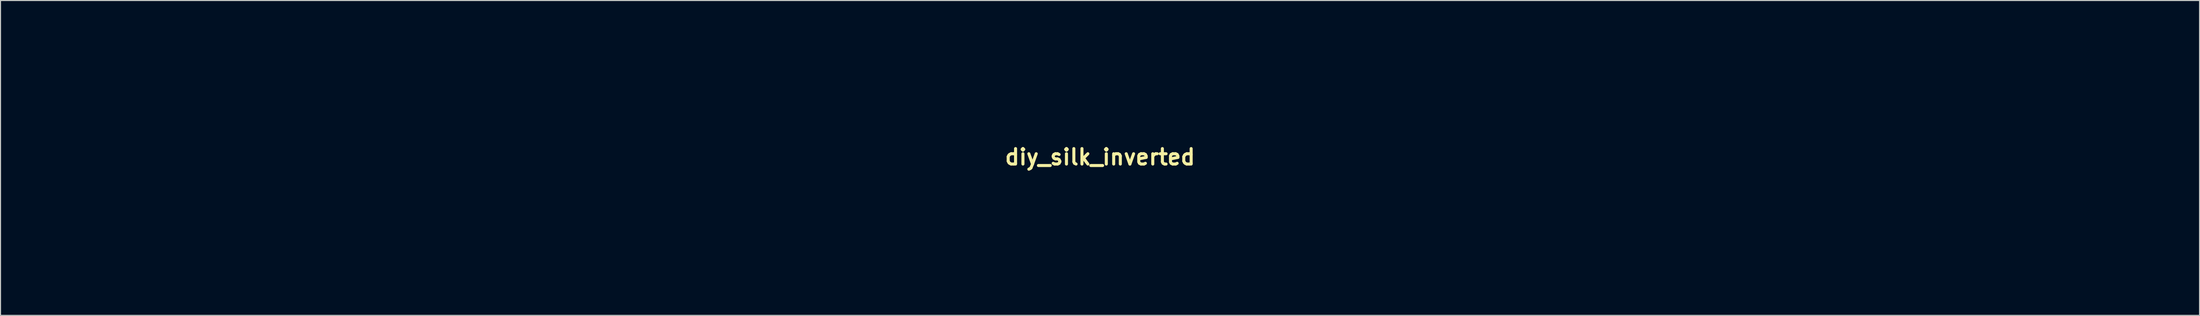
<source format=kicad_pcb>
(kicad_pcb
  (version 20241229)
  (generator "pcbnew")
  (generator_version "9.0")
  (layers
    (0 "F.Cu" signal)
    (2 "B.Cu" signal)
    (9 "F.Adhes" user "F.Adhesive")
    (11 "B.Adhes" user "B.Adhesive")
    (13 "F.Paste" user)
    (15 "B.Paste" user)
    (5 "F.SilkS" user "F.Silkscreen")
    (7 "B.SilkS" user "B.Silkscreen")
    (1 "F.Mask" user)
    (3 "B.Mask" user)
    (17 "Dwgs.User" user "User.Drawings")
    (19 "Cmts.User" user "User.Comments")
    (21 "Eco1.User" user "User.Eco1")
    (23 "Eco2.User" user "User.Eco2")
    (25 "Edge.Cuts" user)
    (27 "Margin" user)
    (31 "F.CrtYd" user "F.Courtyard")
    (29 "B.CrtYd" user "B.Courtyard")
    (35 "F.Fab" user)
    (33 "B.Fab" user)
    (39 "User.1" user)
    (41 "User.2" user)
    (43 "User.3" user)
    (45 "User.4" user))
  (footprint "diy_silk_inverted"
    (layer "F.Cu")
    (at 105.157 12.439)
    (property "Reference" "diy_silk_inverted" (at 0 0 0) (layer "F.SilkS") (effects (font (size 1.524 1.524) (thickness 0.3))))
    (attr through_hole)
    (fp_poly (pts (xy -65.72 1.865) (xy -65.809 1.954) (xy -65.898 1.865) (xy -65.809 1.776) (xy -65.72 1.865)) (stroke (width 0.01) (type solid)) (fill yes) (layer "F.Mask"))
    (fp_poly (pts (xy -65.365 0.266) (xy -65.454 0.355) (xy -65.543 0.266) (xy -65.454 0.178) (xy -65.365 0.266)) (stroke (width 0.01) (type solid)) (fill yes) (layer "F.Mask"))
    (fp_poly (pts (xy -65.01 -1.332) (xy -65.099 -1.243) (xy -65.187 -1.332) (xy -65.099 -1.421) (xy -65.01 -1.332)) (stroke (width 0.01) (type solid)) (fill yes) (layer "F.Mask"))
    (fp_poly (pts (xy -60.569 5.24) (xy -60.658 5.329) (xy -60.747 5.24) (xy -60.658 5.151) (xy -60.569 5.24)) (stroke (width 0.01) (type solid)) (fill yes) (layer "F.Mask"))
    (fp_poly (pts (xy -60.214 3.641) (xy -60.303 3.73) (xy -60.392 3.641) (xy -60.303 3.552) (xy -60.214 3.641)) (stroke (width 0.01) (type solid)) (fill yes) (layer "F.Mask"))
    (fp_poly (pts (xy -59.859 2.043) (xy -59.948 2.131) (xy -60.036 2.043) (xy -59.948 1.954) (xy -59.859 2.043)) (stroke (width 0.01) (type solid)) (fill yes) (layer "F.Mask"))
    (fp_poly (pts (xy -6.039 5.062) (xy -6.128 5.151) (xy -6.217 5.062) (xy -6.128 4.973) (xy -6.039 5.062)) (stroke (width 0.01) (type solid)) (fill yes) (layer "F.Mask"))
    (fp_poly (pts (xy -5.684 3.464) (xy -5.773 3.552) (xy -5.862 3.464) (xy -5.773 3.375) (xy -5.684 3.464)) (stroke (width 0.01) (type solid)) (fill yes) (layer "F.Mask"))
    (fp_poly (pts (xy -5.506 2.753) (xy -5.595 2.842) (xy -5.684 2.753) (xy -5.595 2.664) (xy -5.506 2.753)) (stroke (width 0.01) (type solid)) (fill yes) (layer "F.Mask"))
    (fp_poly (pts (xy -4.618 -1.332) (xy -4.707 -1.243) (xy -4.796 -1.332) (xy -4.707 -1.421) (xy -4.618 -1.332)) (stroke (width 0.01) (type solid)) (fill yes) (layer "F.Mask"))
    (fp_poly (pts (xy -4.263 -2.931) (xy -4.352 -2.842) (xy -4.441 -2.931) (xy -4.352 -3.02) (xy -4.263 -2.931)) (stroke (width 0.01) (type solid)) (fill yes) (layer "F.Mask"))
    (fp_poly (pts (xy -4.085 -3.641) (xy -4.174 -3.552) (xy -4.263 -3.641) (xy -4.174 -3.73) (xy -4.085 -3.641)) (stroke (width 0.01) (type solid)) (fill yes) (layer "F.Mask"))
    (fp_poly (pts (xy 37.301 3.108) (xy 37.212 3.197) (xy 37.123 3.108) (xy 37.212 3.02) (xy 37.301 3.108)) (stroke (width 0.01) (type solid)) (fill yes) (layer "F.Mask"))
    (fp_poly (pts (xy -65.957 2.546) (xy -65.936 2.757) (xy -65.957 2.783) (xy -66.063 2.758) (xy -66.076 2.664) (xy -66.011 2.518) (xy -65.957 2.546)) (stroke (width 0.01) (type solid)) (fill yes) (layer "F.Mask"))
    (fp_poly (pts (xy -65.602 0.947) (xy -65.581 1.158) (xy -65.602 1.184) (xy -65.707 1.16) (xy -65.72 1.066) (xy -65.655 0.92) (xy -65.602 0.947)) (stroke (width 0.01) (type solid)) (fill yes) (layer "F.Mask"))
    (fp_poly (pts (xy -65.247 -0.651) (xy -65.225 -0.44) (xy -65.247 -0.414) (xy -65.352 -0.439) (xy -65.365 -0.533) (xy -65.3 -0.679) (xy -65.247 -0.651)) (stroke (width 0.01) (type solid)) (fill yes) (layer "F.Mask"))
    (fp_poly (pts (xy -5.921 4.145) (xy -5.899 4.355) (xy -5.921 4.381) (xy -6.026 4.357) (xy -6.039 4.263) (xy -5.974 4.117) (xy -5.921 4.145)) (stroke (width 0.01) (type solid)) (fill yes) (layer "F.Mask"))
    (fp_poly (pts (xy -4.5 -2.25) (xy -4.479 -2.039) (xy -4.5 -2.013) (xy -4.605 -2.037) (xy -4.618 -2.131) (xy -4.553 -2.278) (xy -4.5 -2.25)) (stroke (width 0.01) (type solid)) (fill yes) (layer "F.Mask"))
    (fp_poly (pts (xy -45.396 -3.394) (xy -45.426 -3.118) (xy -45.566 -2.784) (xy -45.886 -2.669) (xy -46.037 -2.664) (xy -46.405 -2.707) (xy -46.517 -2.89) (xy -46.505 -3.064) (xy -46.362 -3.371) (xy -45.988 -3.507) (xy -45.894 -3.518) (xy -45.516 -3.526) (xy -45.396 -3.394)) (stroke (width 0.01) (type solid)) (fill yes) (layer "F.Mask"))
    (fp_poly (pts (xy -46.269 0.656) (xy -46.505 1.675) (xy -46.769 2.825) (xy -47.012 3.895) (xy -47.065 4.13) (xy -47.246 4.916) (xy -47.384 5.419) (xy -47.511 5.702) (xy -47.662 5.828) (xy -47.869 5.861) (xy -47.968 5.862) (xy -48.326 5.825) (xy -48.421 5.643) (xy -48.382 5.373) (xy -48.311 5.039) (xy -48.177 4.429) (xy -47.996 3.611) (xy -47.784 2.655) (xy -47.627 1.954) (xy -46.972 -0.977) (xy -46.418 -1.031) (xy -45.863 -1.086) (xy -46.269 0.656)) (stroke (width 0.01) (type solid)) (fill yes) (layer "F.Mask"))
    (fp_poly (pts (xy 38.383 -0.904) (xy 38.452 -0.72) (xy 38.703 -0.379) (xy 38.908 -0.264) (xy 39.123 -0.179) (xy 39.223 -0.043) (xy 39.22 0.229) (xy 39.121 0.724) (xy 39.049 1.04) (xy 38.889 1.596) (xy 38.695 1.897) (xy 38.404 2.039) (xy 38.383 2.044) (xy 37.888 2.25) (xy 37.584 2.456) (xy 37.344 2.645) (xy 37.301 2.559) (xy 37.358 2.309) (xy 37.447 1.929) (xy 37.582 1.318) (xy 37.738 0.591) (xy 37.778 0.4) (xy 37.963 -0.407) (xy 38.118 -0.88) (xy 38.254 -1.039) (xy 38.383 -0.904)) (stroke (width 0.01) (type solid)) (fill yes) (layer "F.Mask"))
    (fp_poly (pts (xy -60.195 -3.888) (xy -60.036 -3.842) (xy -60.036 -3.842) (xy -60.074 -3.658) (xy -60.179 -3.173) (xy -60.343 -2.432) (xy -60.555 -1.479) (xy -60.805 -0.361) (xy -61.083 0.877) (xy -61.102 0.962) (xy -61.382 2.208) (xy -61.634 3.337) (xy -61.849 4.304) (xy -62.016 5.064) (xy -62.126 5.57) (xy -62.168 5.779) (xy -62.168 5.781) (xy -62.322 5.838) (xy -62.695 5.862) (xy -62.701 5.862) (xy -63.075 5.845) (xy -63.234 5.805) (xy -63.234 5.804) (xy -63.196 5.623) (xy -63.091 5.14) (xy -62.929 4.4) (xy -62.718 3.448) (xy -62.47 2.33) (xy -62.193 1.09) (xy -62.168 0.977) (xy -61.889 -0.272) (xy -61.638 -1.403) (xy -61.424 -2.371) (xy -61.256 -3.131) (xy -61.146 -3.638) (xy -61.102 -3.848) (xy -61.102 -3.85) (xy -60.947 -3.891) (xy -60.575 -3.908) (xy -60.569 -3.908) (xy -60.195 -3.888)) (stroke (width 0.01) (type solid)) (fill yes) (layer "F.Mask"))
    (fp_poly (pts (xy -28.575 -1.073) (xy -28.461 -0.906) (xy -28.489 -0.785) (xy -28.585 -0.461) (xy -28.597 -0.363) (xy -28.754 -0.252) (xy -29.148 -0.139) (xy -29.326 -0.106) (xy -30.097 0.167) (xy -30.555 0.51) (xy -30.762 0.734) (xy -30.931 0.978) (xy -31.08 1.301) (xy -31.23 1.758) (xy -31.4 2.408) (xy -31.61 3.308) (xy -31.794 4.13) (xy -31.973 4.916) (xy -32.109 5.42) (xy -32.236 5.702) (xy -32.386 5.828) (xy -32.593 5.861) (xy -32.693 5.862) (xy -33.05 5.825) (xy -33.146 5.643) (xy -33.107 5.373) (xy -33.035 5.039) (xy -32.901 4.429) (xy -32.721 3.611) (xy -32.508 2.655) (xy -32.352 1.954) (xy -31.697 -0.977) (xy -31.153 -1.03) (xy -30.788 -1.041) (xy -30.662 -0.904) (xy -30.689 -0.522) (xy -30.692 -0.498) (xy -30.774 0.089) (xy -30.352 -0.289) (xy -29.849 -0.666) (xy -29.339 -0.935) (xy -28.891 -1.077) (xy -28.575 -1.073)) (stroke (width 0.01) (type solid)) (fill yes) (layer "F.Mask"))
    (fp_poly (pts (xy 6.949 -1.073) (xy 7.063 -0.906) (xy 7.035 -0.785) (xy 6.94 -0.461) (xy 6.927 -0.363) (xy 6.77 -0.252) (xy 6.376 -0.139) (xy 6.198 -0.106) (xy 5.428 0.167) (xy 4.969 0.51) (xy 4.762 0.734) (xy 4.594 0.978) (xy 4.445 1.301) (xy 4.295 1.758) (xy 4.124 2.408) (xy 3.914 3.308) (xy 3.73 4.13) (xy 3.552 4.916) (xy 3.415 5.42) (xy 3.288 5.702) (xy 3.138 5.828) (xy 2.932 5.861) (xy 2.832 5.862) (xy 2.474 5.825) (xy 2.379 5.643) (xy 2.418 5.373) (xy 2.489 5.039) (xy 2.623 4.429) (xy 2.804 3.611) (xy 3.016 2.655) (xy 3.173 1.954) (xy 3.828 -0.977) (xy 4.371 -1.03) (xy 4.736 -1.041) (xy 4.863 -0.904) (xy 4.836 -0.522) (xy 4.833 -0.498) (xy 4.75 0.089) (xy 5.173 -0.289) (xy 5.676 -0.666) (xy 6.186 -0.935) (xy 6.633 -1.077) (xy 6.949 -1.073)) (stroke (width 0.01) (type solid)) (fill yes) (layer "F.Mask"))
    (fp_poly (pts (xy 57.216 -1.073) (xy 57.33 -0.906) (xy 57.302 -0.785) (xy 57.207 -0.461) (xy 57.194 -0.363) (xy 57.037 -0.252) (xy 56.644 -0.139) (xy 56.465 -0.106) (xy 55.695 0.167) (xy 55.236 0.51) (xy 55.029 0.734) (xy 54.861 0.978) (xy 54.712 1.301) (xy 54.562 1.758) (xy 54.392 2.408) (xy 54.182 3.308) (xy 53.998 4.13) (xy 53.819 4.916) (xy 53.682 5.42) (xy 53.555 5.702) (xy 53.405 5.828) (xy 53.199 5.861) (xy 53.099 5.862) (xy 52.741 5.825) (xy 52.646 5.643) (xy 52.685 5.373) (xy 52.756 5.039) (xy 52.89 4.429) (xy 53.071 3.611) (xy 53.283 2.655) (xy 53.44 1.954) (xy 54.095 -0.977) (xy 54.638 -1.03) (xy 55.003 -1.041) (xy 55.13 -0.904) (xy 55.103 -0.522) (xy 55.1 -0.498) (xy 55.018 0.089) (xy 55.44 -0.289) (xy 55.943 -0.666) (xy 56.453 -0.935) (xy 56.901 -1.077) (xy 57.216 -1.073)) (stroke (width 0.01) (type solid)) (fill yes) (layer "F.Mask"))
    (fp_poly (pts (xy 75.334 -1.073) (xy 75.448 -0.906) (xy 75.42 -0.785) (xy 75.324 -0.461) (xy 75.312 -0.363) (xy 75.155 -0.252) (xy 74.761 -0.139) (xy 74.583 -0.106) (xy 73.812 0.167) (xy 73.354 0.51) (xy 73.147 0.734) (xy 72.979 0.978) (xy 72.829 1.301) (xy 72.679 1.758) (xy 72.509 2.408) (xy 72.299 3.308) (xy 72.115 4.13) (xy 71.936 4.916) (xy 71.8 5.42) (xy 71.673 5.702) (xy 71.523 5.828) (xy 71.316 5.861) (xy 71.216 5.862) (xy 70.859 5.825) (xy 70.763 5.643) (xy 70.803 5.373) (xy 70.874 5.039) (xy 71.008 4.429) (xy 71.189 3.611) (xy 71.401 2.655) (xy 71.557 1.954) (xy 72.212 -0.977) (xy 72.756 -1.03) (xy 73.121 -1.041) (xy 73.247 -0.904) (xy 73.221 -0.522) (xy 73.217 -0.498) (xy 73.135 0.089) (xy 73.557 -0.289) (xy 74.06 -0.666) (xy 74.57 -0.935) (xy 75.018 -1.077) (xy 75.334 -1.073)) (stroke (width 0.01) (type solid)) (fill yes) (layer "F.Mask"))
    (fp_poly (pts (xy -50.275 -3.252) (xy -50.36 -2.873) (xy -50.509 -2.213) (xy -50.706 -1.336) (xy -50.939 -0.306) (xy -51.191 0.811) (xy -51.235 1.006) (xy -51.478 2.093) (xy -51.692 3.065) (xy -51.865 3.87) (xy -51.985 4.451) (xy -52.041 4.754) (xy -52.043 4.781) (xy -51.869 4.881) (xy -51.358 4.946) (xy -50.527 4.973) (xy -50.344 4.973) (xy -49.559 4.977) (xy -49.066 4.998) (xy -48.8 5.052) (xy -48.697 5.155) (xy -48.694 5.322) (xy -48.701 5.373) (xy -48.739 5.538) (xy -48.839 5.651) (xy -49.06 5.725) (xy -49.459 5.771) (xy -50.096 5.799) (xy -51.022 5.822) (xy -52 5.836) (xy -52.669 5.823) (xy -53.073 5.78) (xy -53.257 5.705) (xy -53.282 5.645) (xy -53.243 5.417) (xy -53.137 4.89) (xy -52.973 4.112) (xy -52.761 3.132) (xy -52.513 1.997) (xy -52.248 0.799) (xy -51.219 -3.819) (xy -50.671 -3.873) (xy -50.123 -3.928) (xy -50.275 -3.252)) (stroke (width 0.01) (type solid)) (fill yes) (layer "F.Mask"))
    (fp_poly (pts (xy 63.963 -3.877) (xy 64.122 -3.802) (xy 64.122 -3.801) (xy 64.084 -3.604) (xy 63.979 -3.111) (xy 63.817 -2.372) (xy 63.609 -1.437) (xy 63.366 -0.355) (xy 63.219 0.296) (xy 62.965 1.449) (xy 62.748 2.495) (xy 62.578 3.381) (xy 62.463 4.056) (xy 62.416 4.465) (xy 62.421 4.558) (xy 62.665 4.823) (xy 62.889 4.925) (xy 63.154 5.102) (xy 63.155 5.278) (xy 63.065 5.61) (xy 63.056 5.698) (xy 62.911 5.838) (xy 62.524 5.817) (xy 61.969 5.644) (xy 61.857 5.597) (xy 61.629 5.485) (xy 61.461 5.346) (xy 61.355 5.14) (xy 61.315 4.827) (xy 61.341 4.368) (xy 61.438 3.722) (xy 61.606 2.849) (xy 61.849 1.71) (xy 62.168 0.266) (xy 62.421 -0.875) (xy 62.646 -1.897) (xy 62.832 -2.75) (xy 62.968 -3.384) (xy 63.044 -3.749) (xy 63.056 -3.818) (xy 63.211 -3.881) (xy 63.583 -3.908) (xy 63.589 -3.908) (xy 63.963 -3.877)) (stroke (width 0.01) (type solid)) (fill yes) (layer "F.Mask"))
    (fp_poly (pts (xy 66.45 -3.877) (xy 66.608 -3.802) (xy 66.608 -3.801) (xy 66.571 -3.604) (xy 66.465 -3.111) (xy 66.303 -2.372) (xy 66.095 -1.437) (xy 65.853 -0.355) (xy 65.706 0.296) (xy 65.452 1.449) (xy 65.235 2.495) (xy 65.064 3.381) (xy 64.95 4.056) (xy 64.902 4.465) (xy 64.907 4.558) (xy 65.152 4.823) (xy 65.376 4.925) (xy 65.64 5.102) (xy 65.642 5.278) (xy 65.551 5.61) (xy 65.543 5.698) (xy 65.398 5.838) (xy 65.011 5.817) (xy 64.456 5.644) (xy 64.344 5.597) (xy 64.115 5.485) (xy 63.947 5.346) (xy 63.842 5.14) (xy 63.801 4.827) (xy 63.828 4.368) (xy 63.925 3.722) (xy 64.093 2.849) (xy 64.336 1.71) (xy 64.655 0.266) (xy 64.908 -0.875) (xy 65.132 -1.897) (xy 65.318 -2.75) (xy 65.455 -3.384) (xy 65.531 -3.749) (xy 65.543 -3.818) (xy 65.697 -3.881) (xy 66.07 -3.908) (xy 66.076 -3.908) (xy 66.45 -3.877)) (stroke (width 0.01) (type solid)) (fill yes) (layer "F.Mask"))
    (fp_poly (pts (xy -55.267 -1.655) (xy -55.978 -0.54) (xy -56.523 0.338) (xy -56.932 1.041) (xy -57.233 1.629) (xy -57.455 2.163) (xy -57.628 2.705) (xy -57.78 3.314) (xy -57.918 3.952) (xy -58.097 4.787) (xy -58.232 5.334) (xy -58.353 5.654) (xy -58.489 5.809) (xy -58.667 5.858) (xy -58.823 5.862) (xy -59.184 5.814) (xy -59.326 5.707) (xy -59.289 5.48) (xy -59.188 4.985) (xy -59.04 4.298) (xy -58.895 3.647) (xy -58.464 1.741) (xy -58.983 -0.95) (xy -59.163 -1.888) (xy -59.315 -2.703) (xy -59.429 -3.331) (xy -59.493 -3.709) (xy -59.503 -3.786) (xy -59.349 -3.869) (xy -58.974 -3.879) (xy -58.928 -3.875) (xy -58.352 -3.819) (xy -58.015 -1.732) (xy -57.876 -0.923) (xy -57.745 -0.261) (xy -57.638 0.185) (xy -57.57 0.349) (xy -57.569 0.349) (xy -57.444 0.203) (xy -57.175 -0.194) (xy -56.798 -0.786) (xy -56.351 -1.516) (xy -56.217 -1.738) (xy -55.71 -2.578) (xy -55.337 -3.158) (xy -55.056 -3.53) (xy -54.826 -3.741) (xy -54.604 -3.841) (xy -54.392 -3.875) (xy -53.81 -3.931) (xy -55.267 -1.655)) (stroke (width 0.01) (type solid)) (fill yes) (layer "F.Mask"))
    (fp_poly (pts (xy -65.404 -3.817) (xy -64.355 -3.767) (xy -63.597 -3.607) (xy -63.073 -3.311) (xy -62.729 -2.857) (xy -62.623 -2.605) (xy -62.601 -2.261) (xy -62.656 -1.646) (xy -62.775 -0.833) (xy -62.942 0.106) (xy -63.143 1.098) (xy -63.365 2.07) (xy -63.591 2.951) (xy -63.809 3.667) (xy -63.94 4.013) (xy -64.421 4.767) (xy -65.135 5.316) (xy -66.104 5.67) (xy -67.353 5.839) (xy -67.985 5.857) (xy -68.661 5.832) (xy -69.016 5.746) (xy -69.09 5.64) (xy -69.051 5.413) (xy -68.973 5.027) (xy -67.892 5.027) (xy -66.864 4.921) (xy -66.17 4.808) (xy -65.688 4.605) (xy -65.329 4.309) (xy -65.125 4.07) (xy -64.949 3.764) (xy -64.782 3.332) (xy -64.602 2.715) (xy -64.391 1.854) (xy -64.192 0.982) (xy -63.935 -0.208) (xy -63.773 -1.103) (xy -63.708 -1.752) (xy -63.742 -2.205) (xy -63.879 -2.51) (xy -64.122 -2.717) (xy -64.42 -2.854) (xy -64.943 -2.968) (xy -65.526 -2.984) (xy -65.528 -2.984) (xy -66.154 -2.931) (xy -66.903 0.355) (xy -67.148 1.439) (xy -67.372 2.449) (xy -67.562 3.316) (xy -67.701 3.972) (xy -67.772 4.334) (xy -67.892 5.027) (xy -68.973 5.027) (xy -68.945 4.887) (xy -68.78 4.111) (xy -68.569 3.132) (xy -68.32 1.998) (xy -68.053 0.799) (xy -67.022 -3.819) (xy -65.404 -3.817)) (stroke (width 0.01) (type solid)) (fill yes) (layer "F.Mask"))
    (fp_poly (pts (xy -33.093 -3.012) (xy -32.948 -2.943) (xy -32.907 -2.748) (xy -32.962 -2.358) (xy -33.106 -1.708) (xy -33.162 -1.465) (xy -33.18 -1.189) (xy -32.996 -1.081) (xy -32.689 -1.066) (xy -32.276 -0.982) (xy -32.144 -0.788) (xy -32.278 -0.569) (xy -32.661 -0.411) (xy -32.813 -0.389) (xy -33.034 -0.366) (xy -33.203 -0.315) (xy -33.338 -0.187) (xy -33.462 0.067) (xy -33.593 0.494) (xy -33.753 1.144) (xy -33.96 2.064) (xy -34.105 2.716) (xy -34.291 3.649) (xy -34.357 4.293) (xy -34.295 4.697) (xy -34.096 4.907) (xy -33.751 4.973) (xy -33.707 4.973) (xy -33.453 5.054) (xy -33.463 5.254) (xy -33.559 5.593) (xy -33.571 5.698) (xy -33.678 5.814) (xy -34.03 5.822) (xy -34.636 5.732) (xy -35.033 5.626) (xy -35.305 5.448) (xy -35.458 5.152) (xy -35.495 4.692) (xy -35.422 4.022) (xy -35.244 3.096) (xy -35.005 2.043) (xy -34.819 1.215) (xy -34.677 0.515) (xy -34.593 0.014) (xy -34.579 -0.218) (xy -34.581 -0.222) (xy -34.801 -0.335) (xy -34.985 -0.355) (xy -35.225 -0.445) (xy -35.221 -0.71) (xy -34.982 -1.01) (xy -34.717 -1.066) (xy -34.469 -1.114) (xy -34.3 -1.313) (xy -34.158 -1.744) (xy -34.088 -2.043) (xy -33.949 -2.6) (xy -33.809 -2.891) (xy -33.606 -3.003) (xy -33.351 -3.02) (xy -33.093 -3.012)) (stroke (width 0.01) (type solid)) (fill yes) (layer "F.Mask"))
    (fp_poly (pts (xy 52.699 -3.012) (xy 52.844 -2.943) (xy 52.885 -2.748) (xy 52.829 -2.358) (xy 52.686 -1.708) (xy 52.63 -1.465) (xy 52.612 -1.189) (xy 52.795 -1.081) (xy 53.103 -1.066) (xy 53.516 -0.982) (xy 53.647 -0.788) (xy 53.514 -0.569) (xy 53.131 -0.411) (xy 52.978 -0.389) (xy 52.757 -0.366) (xy 52.589 -0.315) (xy 52.453 -0.187) (xy 52.33 0.067) (xy 52.198 0.494) (xy 52.039 1.144) (xy 51.832 2.064) (xy 51.687 2.716) (xy 51.501 3.649) (xy 51.435 4.293) (xy 51.497 4.697) (xy 51.696 4.907) (xy 52.04 4.973) (xy 52.084 4.973) (xy 52.339 5.054) (xy 52.329 5.254) (xy 52.233 5.593) (xy 52.221 5.698) (xy 52.114 5.814) (xy 51.761 5.822) (xy 51.155 5.732) (xy 50.759 5.626) (xy 50.487 5.448) (xy 50.334 5.152) (xy 50.296 4.692) (xy 50.369 4.022) (xy 50.548 3.096) (xy 50.787 2.043) (xy 50.973 1.215) (xy 51.115 0.515) (xy 51.199 0.014) (xy 51.212 -0.218) (xy 51.211 -0.222) (xy 50.991 -0.335) (xy 50.806 -0.355) (xy 50.567 -0.445) (xy 50.571 -0.71) (xy 50.809 -1.01) (xy 51.074 -1.066) (xy 51.323 -1.114) (xy 51.492 -1.313) (xy 51.633 -1.744) (xy 51.704 -2.043) (xy 51.843 -2.6) (xy 51.982 -2.891) (xy 52.186 -3.003) (xy 52.441 -3.02) (xy 52.699 -3.012)) (stroke (width 0.01) (type solid)) (fill yes) (layer "F.Mask"))
    (fp_poly (pts (xy 70.221 -1) (xy 70.226 -0.998) (xy 70.758 -0.697) (xy 71.067 -0.294) (xy 71.176 0.277) (xy 71.106 1.079) (xy 71.033 1.474) (xy 70.774 2.753) (xy 69.057 2.804) (xy 67.339 2.855) (xy 67.22 3.645) (xy 67.169 4.187) (xy 67.181 4.606) (xy 67.203 4.7) (xy 67.475 4.978) (xy 67.93 5.083) (xy 68.448 5.03) (xy 68.91 4.834) (xy 69.198 4.51) (xy 69.222 4.438) (xy 69.414 4.209) (xy 69.752 4.086) (xy 70.099 4.086) (xy 70.318 4.223) (xy 70.338 4.312) (xy 70.175 4.821) (xy 69.739 5.278) (xy 69.112 5.644) (xy 68.379 5.88) (xy 67.62 5.948) (xy 67.053 5.855) (xy 66.621 5.669) (xy 66.32 5.393) (xy 66.146 4.986) (xy 66.098 4.41) (xy 66.173 3.627) (xy 66.371 2.598) (xy 66.48 2.147) (xy 67.531 2.147) (xy 68.705 2.095) (xy 69.88 2.043) (xy 70.028 1.332) (xy 70.101 0.778) (xy 70.094 0.312) (xy 70.081 0.242) (xy 69.84 -0.102) (xy 69.407 -0.263) (xy 68.891 -0.244) (xy 68.403 -0.05) (xy 68.051 0.314) (xy 68.046 0.324) (xy 67.891 0.714) (xy 67.732 1.258) (xy 67.697 1.406) (xy 67.531 2.147) (xy 66.48 2.147) (xy 66.689 1.283) (xy 66.8 0.852) (xy 67.179 0.012) (xy 67.781 -0.632) (xy 68.536 -1.041) (xy 69.373 -1.176) (xy 70.221 -1)) (stroke (width 0.01) (type solid)) (fill yes) (layer "F.Mask"))
    (fp_poly (pts (xy -25.75 -1.095) (xy -25.106 -0.832) (xy -24.959 -0.714) (xy -24.582 -0.149) (xy -24.516 0.253) (xy -24.564 0.768) (xy -24.69 1.491) (xy -24.869 2.327) (xy -25.079 3.181) (xy -25.295 3.956) (xy -25.496 4.559) (xy -25.639 4.868) (xy -26.187 5.41) (xy -26.947 5.784) (xy -27.8 5.951) (xy -28.628 5.872) (xy -28.686 5.855) (xy -29.276 5.545) (xy -29.587 5.04) (xy -29.658 4.451) (xy -29.658 4.451) (xy -28.572 4.451) (xy -28.495 4.752) (xy -28.324 4.936) (xy -28.286 4.959) (xy -27.862 5.125) (xy -27.426 5.073) (xy -26.996 4.883) (xy -26.769 4.75) (xy -26.593 4.578) (xy -26.443 4.309) (xy -26.295 3.883) (xy -26.126 3.243) (xy -25.911 2.327) (xy -25.854 2.076) (xy -25.678 1.253) (xy -25.603 0.697) (xy -25.635 0.334) (xy -25.779 0.087) (xy -26.023 -0.106) (xy -26.403 -0.292) (xy -26.77 -0.262) (xy -27.006 -0.174) (xy -27.33 -0.015) (xy -27.57 0.196) (xy -27.761 0.526) (xy -27.936 1.04) (xy -28.128 1.805) (xy -28.237 2.286) (xy -28.444 3.274) (xy -28.556 3.977) (xy -28.572 4.451) (xy -29.658 4.451) (xy -29.607 3.907) (xy -29.475 3.161) (xy -29.289 2.312) (xy -29.071 1.46) (xy -28.847 0.701) (xy -28.641 0.135) (xy -28.535 -0.074) (xy -28.011 -0.603) (xy -27.304 -0.962) (xy -26.516 -1.132) (xy -25.75 -1.095)) (stroke (width 0.01) (type solid)) (fill yes) (layer "F.Mask"))
    (fp_poly (pts (xy -20.598 -1.095) (xy -19.955 -0.832) (xy -19.808 -0.714) (xy -19.431 -0.149) (xy -19.365 0.253) (xy -19.413 0.768) (xy -19.539 1.491) (xy -19.718 2.327) (xy -19.928 3.181) (xy -20.144 3.956) (xy -20.345 4.559) (xy -20.488 4.868) (xy -21.036 5.41) (xy -21.796 5.784) (xy -22.649 5.951) (xy -23.477 5.872) (xy -23.535 5.855) (xy -24.124 5.545) (xy -24.436 5.04) (xy -24.507 4.451) (xy -24.507 4.451) (xy -23.421 4.451) (xy -23.343 4.752) (xy -23.173 4.936) (xy -23.135 4.959) (xy -22.711 5.125) (xy -22.275 5.073) (xy -21.845 4.883) (xy -21.618 4.75) (xy -21.442 4.578) (xy -21.292 4.309) (xy -21.144 3.883) (xy -20.975 3.243) (xy -20.76 2.327) (xy -20.703 2.076) (xy -20.527 1.253) (xy -20.452 0.697) (xy -20.484 0.334) (xy -20.627 0.087) (xy -20.872 -0.106) (xy -21.252 -0.292) (xy -21.619 -0.262) (xy -21.855 -0.174) (xy -22.179 -0.015) (xy -22.419 0.196) (xy -22.61 0.526) (xy -22.785 1.04) (xy -22.977 1.805) (xy -23.086 2.286) (xy -23.293 3.274) (xy -23.405 3.977) (xy -23.421 4.451) (xy -24.507 4.451) (xy -24.455 3.907) (xy -24.324 3.161) (xy -24.138 2.312) (xy -23.92 1.46) (xy -23.696 0.701) (xy -23.49 0.135) (xy -23.384 -0.074) (xy -22.859 -0.603) (xy -22.153 -0.962) (xy -21.365 -1.132) (xy -20.598 -1.095)) (stroke (width 0.01) (type solid)) (fill yes) (layer "F.Mask"))
    (fp_poly (pts (xy 43.701 -1.095) (xy 44.345 -0.832) (xy 44.491 -0.714) (xy 44.869 -0.149) (xy 44.935 0.253) (xy 44.886 0.768) (xy 44.76 1.491) (xy 44.581 2.327) (xy 44.372 3.181) (xy 44.155 3.956) (xy 43.954 4.559) (xy 43.811 4.868) (xy 43.263 5.41) (xy 42.504 5.784) (xy 41.651 5.951) (xy 40.823 5.872) (xy 40.765 5.855) (xy 40.175 5.545) (xy 39.863 5.04) (xy 39.792 4.451) (xy 39.792 4.451) (xy 40.878 4.451) (xy 40.956 4.752) (xy 41.127 4.936) (xy 41.164 4.959) (xy 41.588 5.125) (xy 42.025 5.073) (xy 42.454 4.883) (xy 42.681 4.75) (xy 42.857 4.578) (xy 43.007 4.309) (xy 43.155 3.883) (xy 43.324 3.243) (xy 43.539 2.327) (xy 43.597 2.076) (xy 43.772 1.253) (xy 43.847 0.697) (xy 43.816 0.334) (xy 43.672 0.087) (xy 43.428 -0.106) (xy 43.048 -0.292) (xy 42.68 -0.262) (xy 42.444 -0.174) (xy 42.121 -0.015) (xy 41.88 0.196) (xy 41.689 0.526) (xy 41.514 1.04) (xy 41.322 1.805) (xy 41.214 2.286) (xy 41.006 3.274) (xy 40.894 3.977) (xy 40.878 4.451) (xy 39.792 4.451) (xy 39.844 3.907) (xy 39.975 3.161) (xy 40.162 2.312) (xy 40.379 1.46) (xy 40.603 0.701) (xy 40.81 0.135) (xy 40.916 -0.074) (xy 41.44 -0.603) (xy 42.147 -0.962) (xy 42.934 -1.132) (xy 43.701 -1.095)) (stroke (width 0.01) (type solid)) (fill yes) (layer "F.Mask"))
    (fp_poly (pts (xy 60.042 -1.095) (xy 60.686 -0.832) (xy 60.832 -0.714) (xy 61.21 -0.149) (xy 61.276 0.253) (xy 61.227 0.768) (xy 61.102 1.491) (xy 60.923 2.327) (xy 60.713 3.181) (xy 60.496 3.956) (xy 60.295 4.559) (xy 60.153 4.868) (xy 59.605 5.41) (xy 58.845 5.784) (xy 57.992 5.951) (xy 57.164 5.872) (xy 57.106 5.855) (xy 56.516 5.545) (xy 56.204 5.04) (xy 56.134 4.451) (xy 56.134 4.451) (xy 57.219 4.451) (xy 57.297 4.752) (xy 57.468 4.936) (xy 57.505 4.959) (xy 57.93 5.125) (xy 58.366 5.073) (xy 58.795 4.883) (xy 59.022 4.75) (xy 59.199 4.578) (xy 59.349 4.309) (xy 59.496 3.883) (xy 59.665 3.243) (xy 59.88 2.327) (xy 59.938 2.076) (xy 60.113 1.253) (xy 60.188 0.697) (xy 60.157 0.334) (xy 60.013 0.087) (xy 59.769 -0.106) (xy 59.389 -0.292) (xy 59.021 -0.262) (xy 58.785 -0.174) (xy 58.462 -0.015) (xy 58.221 0.196) (xy 58.03 0.526) (xy 57.855 1.04) (xy 57.664 1.805) (xy 57.555 2.286) (xy 57.347 3.274) (xy 57.236 3.977) (xy 57.219 4.451) (xy 56.134 4.451) (xy 56.185 3.907) (xy 56.316 3.161) (xy 56.503 2.312) (xy 56.72 1.46) (xy 56.945 0.701) (xy 57.151 0.135) (xy 57.257 -0.074) (xy 57.781 -0.603) (xy 58.488 -0.962) (xy 59.275 -1.132) (xy 60.042 -1.095)) (stroke (width 0.01) (type solid)) (fill yes) (layer "F.Mask"))
    (fp_poly (pts (xy 49.397 -1.137) (xy 49.409 -1.133) (xy 49.726 -1.028) (xy 49.964 -0.893) (xy 50.122 -0.687) (xy 50.201 -0.372) (xy 50.198 0.091) (xy 50.114 0.742) (xy 49.95 1.618) (xy 49.703 2.759) (xy 49.374 4.204) (xy 49.35 4.307) (xy 49.175 5.044) (xy 49.039 5.502) (xy 48.905 5.746) (xy 48.735 5.843) (xy 48.491 5.862) (xy 48.472 5.862) (xy 48.111 5.823) (xy 48.015 5.653) (xy 48.045 5.462) (xy 48.352 4.125) (xy 48.612 2.925) (xy 48.817 1.91) (xy 48.956 1.129) (xy 49.021 0.63) (xy 49.024 0.55) (xy 48.882 0.035) (xy 48.499 -0.251) (xy 47.936 -0.266) (xy 47.886 -0.255) (xy 47.578 -0.157) (xy 47.325 -0.005) (xy 47.109 0.243) (xy 46.912 0.631) (xy 46.714 1.203) (xy 46.498 2.001) (xy 46.243 3.071) (xy 46.005 4.13) (xy 45.826 4.916) (xy 45.689 5.42) (xy 45.563 5.702) (xy 45.412 5.828) (xy 45.206 5.861) (xy 45.106 5.862) (xy 44.748 5.825) (xy 44.653 5.643) (xy 44.692 5.373) (xy 44.763 5.039) (xy 44.897 4.429) (xy 45.078 3.611) (xy 45.29 2.655) (xy 45.447 1.954) (xy 46.102 -0.977) (xy 46.661 -1.032) (xy 47.04 -1.038) (xy 47.156 -0.917) (xy 47.129 -0.74) (xy 47.102 -0.558) (xy 47.197 -0.514) (xy 47.481 -0.619) (xy 47.946 -0.843) (xy 48.547 -1.106) (xy 48.986 -1.195) (xy 49.397 -1.137)) (stroke (width 0.01) (type solid)) (fill yes) (layer "F.Mask"))
    (fp_poly (pts (xy -2.737 0.967) (xy -3.819 5.861) (xy -4.307 5.861) (xy -4.548 5.849) (xy -4.7 5.778) (xy -4.764 5.593) (xy -4.742 5.242) (xy -4.634 4.672) (xy -4.442 3.829) (xy -4.352 3.446) (xy -4.172 2.678) (xy -4.027 2.047) (xy -3.934 1.628) (xy -3.908 1.494) (xy -4.071 1.46) (xy -4.505 1.434) (xy -5.125 1.422) (xy -5.31 1.421) (xy -6.13 1.446) (xy -6.618 1.524) (xy -6.791 1.643) (xy -6.858 1.898) (xy -6.98 2.421) (xy -7.137 3.134) (xy -7.294 3.863) (xy -7.479 4.72) (xy -7.618 5.289) (xy -7.74 5.628) (xy -7.871 5.797) (xy -8.039 5.855) (xy -8.21 5.862) (xy -8.572 5.792) (xy -8.698 5.64) (xy -8.66 5.413) (xy -8.553 4.887) (xy -8.389 4.111) (xy -8.178 3.132) (xy -7.93 1.997) (xy -7.664 0.799) (xy -6.635 -3.819) (xy -6.085 -3.873) (xy -5.707 -3.876) (xy -5.592 -3.747) (xy -5.609 -3.607) (xy -5.68 -3.297) (xy -5.807 -2.738) (xy -5.968 -2.029) (xy -6.045 -1.687) (xy -6.215 -0.943) (xy -6.367 -0.305) (xy -6.475 0.128) (xy -6.503 0.229) (xy -6.521 0.384) (xy -6.414 0.474) (xy -6.118 0.512) (xy -5.568 0.51) (xy -5.132 0.496) (xy -3.663 0.444) (xy -3.198 -1.687) (xy -3.001 -2.577) (xy -2.853 -3.178) (xy -2.727 -3.55) (xy -2.595 -3.75) (xy -2.431 -3.837) (xy -2.208 -3.871) (xy -2.194 -3.872) (xy -1.655 -3.926) (xy -2.737 0.967)) (stroke (width 0.01) (type solid)) (fill yes) (layer "F.Mask"))
    (fp_poly (pts (xy 39.821 -3.855) (xy 40.404 -3.485) (xy 40.745 -2.927) (xy 40.803 -2.209) (xy 40.782 -2.077) (xy 40.666 -1.641) (xy 40.472 -1.457) (xy 40.131 -1.421) (xy 39.768 -1.456) (xy 39.67 -1.619) (xy 39.71 -1.848) (xy 39.711 -2.399) (xy 39.455 -2.811) (xy 39.021 -3.064) (xy 38.487 -3.141) (xy 37.93 -3.023) (xy 37.429 -2.692) (xy 37.22 -2.435) (xy 37.08 -2.105) (xy 36.89 -1.501) (xy 36.671 -0.699) (xy 36.438 0.225) (xy 36.21 1.196) (xy 36.005 2.139) (xy 35.84 2.978) (xy 35.733 3.638) (xy 35.702 4.002) (xy 35.83 4.571) (xy 36.167 4.929) (xy 36.64 5.08) (xy 37.177 5.031) (xy 37.707 4.787) (xy 38.158 4.354) (xy 38.447 3.774) (xy 38.653 3.466) (xy 39.075 3.375) (xy 39.089 3.375) (xy 39.469 3.441) (xy 39.607 3.597) (xy 39.484 4.017) (xy 39.182 4.55) (xy 38.784 5.073) (xy 38.377 5.461) (xy 38.278 5.527) (xy 37.501 5.825) (xy 36.604 5.949) (xy 35.759 5.88) (xy 35.527 5.814) (xy 34.943 5.459) (xy 34.66 5.078) (xy 34.58 4.871) (xy 34.541 4.626) (xy 34.551 4.289) (xy 34.615 3.809) (xy 34.741 3.133) (xy 34.934 2.209) (xy 35.162 1.171) (xy 35.483 -0.239) (xy 35.767 -1.342) (xy 36.037 -2.181) (xy 36.319 -2.798) (xy 36.637 -3.236) (xy 37.015 -3.538) (xy 37.479 -3.746) (xy 38.053 -3.903) (xy 38.1 -3.914) (xy 39.039 -4.007) (xy 39.821 -3.855)) (stroke (width 0.01) (type solid)) (fill yes) (layer "F.Mask"))
    (fp_poly (pts (xy 1.572 -1.073) (xy 2.148 -0.855) (xy 2.484 -0.539) (xy 2.587 -0.3) (xy 2.638 -0.019) (xy 2.633 0.359) (xy 2.566 0.89) (xy 2.43 1.628) (xy 2.22 2.629) (xy 2.087 3.238) (xy 1.865 4.242) (xy 1.697 4.95) (xy 1.564 5.414) (xy 1.443 5.686) (xy 1.314 5.817) (xy 1.157 5.858) (xy 1.022 5.862) (xy 0.653 5.795) (xy 0.534 5.552) (xy 0.533 5.501) (xy 0.517 5.268) (xy 0.407 5.247) (xy 0.112 5.435) (xy 0.044 5.483) (xy -0.667 5.82) (xy -1.451 5.945) (xy -1.865 5.904) (xy -2.334 5.73) (xy -2.578 5.425) (xy -2.639 4.908) (xy -2.614 4.546) (xy -1.56 4.546) (xy -1.419 4.887) (xy -1.03 5.107) (xy -0.493 5.122) (xy 0.049 4.932) (xy 0.137 4.876) (xy 0.532 4.514) (xy 0.808 4.024) (xy 1.023 3.297) (xy 1.041 3.22) (xy 1.206 2.487) (xy 0.439 2.487) (xy -0.263 2.584) (xy -0.841 2.918) (xy -0.868 2.941) (xy -1.279 3.43) (xy -1.52 4.003) (xy -1.56 4.546) (xy -2.614 4.546) (xy -2.611 4.51) (xy -2.4 3.467) (xy -1.994 2.709) (xy -1.364 2.209) (xy -0.48 1.94) (xy 0.261 1.876) (xy 1.332 1.848) (xy 1.496 1.075) (xy 1.579 0.573) (xy 1.531 0.271) (xy 1.32 0.028) (xy 1.241 -0.038) (xy 0.696 -0.274) (xy 0.096 -0.179) (xy -0.456 0.191) (xy -0.84 0.436) (xy -1.234 0.525) (xy -1.521 0.45) (xy -1.599 0.282) (xy -1.448 -0.039) (xy -1.06 -0.412) (xy -0.529 -0.765) (xy 0.049 -1.027) (xy 0.186 -1.068) (xy 0.879 -1.153) (xy 1.572 -1.073)) (stroke (width 0.01) (type solid)) (fill yes) (layer "F.Mask"))
    (fp_poly (pts (xy 22.532 -1.073) (xy 23.107 -0.855) (xy 23.443 -0.539) (xy 23.546 -0.3) (xy 23.598 -0.019) (xy 23.593 0.359) (xy 23.525 0.89) (xy 23.39 1.628) (xy 23.18 2.629) (xy 23.047 3.238) (xy 22.824 4.242) (xy 22.657 4.95) (xy 22.523 5.414) (xy 22.402 5.686) (xy 22.274 5.817) (xy 22.116 5.858) (xy 21.981 5.862) (xy 21.612 5.795) (xy 21.494 5.552) (xy 21.492 5.501) (xy 21.476 5.268) (xy 21.366 5.247) (xy 21.072 5.435) (xy 21.004 5.483) (xy 20.292 5.82) (xy 19.508 5.945) (xy 19.094 5.904) (xy 18.625 5.73) (xy 18.382 5.425) (xy 18.32 4.908) (xy 18.346 4.546) (xy 19.4 4.546) (xy 19.54 4.887) (xy 19.93 5.107) (xy 20.466 5.122) (xy 21.008 4.932) (xy 21.096 4.876) (xy 21.492 4.514) (xy 21.767 4.024) (xy 21.983 3.297) (xy 22 3.22) (xy 22.165 2.487) (xy 21.398 2.487) (xy 20.697 2.584) (xy 20.119 2.918) (xy 20.091 2.941) (xy 19.681 3.43) (xy 19.439 4.003) (xy 19.4 4.546) (xy 18.346 4.546) (xy 18.348 4.51) (xy 18.559 3.467) (xy 18.965 2.709) (xy 19.595 2.209) (xy 20.479 1.94) (xy 21.22 1.876) (xy 22.292 1.848) (xy 22.456 1.075) (xy 22.539 0.573) (xy 22.491 0.271) (xy 22.28 0.028) (xy 22.2 -0.038) (xy 21.656 -0.274) (xy 21.056 -0.179) (xy 20.504 0.191) (xy 20.119 0.436) (xy 19.725 0.525) (xy 19.438 0.45) (xy 19.361 0.282) (xy 19.511 -0.039) (xy 19.9 -0.412) (xy 20.431 -0.765) (xy 21.009 -1.027) (xy 21.145 -1.068) (xy 21.839 -1.153) (xy 22.532 -1.073)) (stroke (width 0.01) (type solid)) (fill yes) (layer "F.Mask"))
    (fp_poly (pts (xy -38.297 -3.868) (xy -38.234 -3.724) (xy -38.261 -3.414) (xy -38.373 -2.876) (xy -38.544 -2.131) (xy -38.7 -1.441) (xy -38.821 -0.89) (xy -38.887 -0.564) (xy -38.895 -0.516) (xy -38.755 -0.529) (xy -38.387 -0.673) (xy -38.007 -0.851) (xy -37.41 -1.111) (xy -36.97 -1.196) (xy -36.56 -1.133) (xy -36.243 -1.028) (xy -36.005 -0.893) (xy -35.847 -0.687) (xy -35.769 -0.372) (xy -35.771 0.091) (xy -35.855 0.742) (xy -36.02 1.618) (xy -36.267 2.759) (xy -36.596 4.204) (xy -36.62 4.307) (xy -36.794 5.044) (xy -36.93 5.502) (xy -37.064 5.746) (xy -37.234 5.843) (xy -37.478 5.862) (xy -37.498 5.862) (xy -37.858 5.823) (xy -37.955 5.653) (xy -37.924 5.462) (xy -37.618 4.125) (xy -37.357 2.925) (xy -37.152 1.91) (xy -37.013 1.129) (xy -36.949 0.63) (xy -36.945 0.55) (xy -37.087 0.035) (xy -37.471 -0.251) (xy -38.033 -0.266) (xy -38.083 -0.255) (xy -38.392 -0.157) (xy -38.644 -0.005) (xy -38.86 0.243) (xy -39.057 0.631) (xy -39.255 1.203) (xy -39.472 2.001) (xy -39.726 3.071) (xy -39.964 4.13) (xy -40.143 4.916) (xy -40.279 5.419) (xy -40.406 5.702) (xy -40.556 5.828) (xy -40.764 5.86) (xy -40.871 5.862) (xy -41.232 5.824) (xy -41.329 5.655) (xy -41.298 5.462) (xy -41.205 5.058) (xy -41.057 4.404) (xy -40.867 3.553) (xy -40.646 2.561) (xy -40.408 1.484) (xy -40.164 0.377) (xy -39.926 -0.706) (xy -39.706 -1.708) (xy -39.517 -2.575) (xy -39.371 -3.252) (xy -39.28 -3.683) (xy -39.255 -3.814) (xy -39.1 -3.88) (xy -38.727 -3.908) (xy -38.722 -3.908) (xy -38.458 -3.908) (xy -38.297 -3.868)) (stroke (width 0.01) (type solid)) (fill yes) (layer "F.Mask"))
    (fp_poly (pts (xy -42.787 -1.057) (xy -42.315 -0.824) (xy -42.207 -0.731) (xy -41.916 -0.473) (xy -41.781 -0.453) (xy -41.701 -0.666) (xy -41.692 -0.701) (xy -41.492 -0.986) (xy -41.08 -1.066) (xy -40.564 -1.066) (xy -41.48 3.008) (xy -41.753 4.189) (xy -42.02 5.274) (xy -42.265 6.209) (xy -42.474 6.938) (xy -42.632 7.407) (xy -42.692 7.534) (xy -43.204 8.032) (xy -43.943 8.404) (xy -44.793 8.609) (xy -45.635 8.607) (xy -45.764 8.584) (xy -46.297 8.31) (xy -46.662 7.804) (xy -46.755 7.451) (xy -46.679 7.087) (xy -46.402 6.941) (xy -46.008 7.02) (xy -45.583 7.331) (xy -45.557 7.358) (xy -45.132 7.713) (xy -44.704 7.79) (xy -44.156 7.602) (xy -44.048 7.548) (xy -43.628 7.202) (xy -43.365 6.634) (xy -43.336 6.526) (xy -43.191 5.975) (xy -43.068 5.525) (xy -43.042 5.435) (xy -43.021 5.197) (xy -43.224 5.217) (xy -43.275 5.238) (xy -44.059 5.56) (xy -44.604 5.746) (xy -44.99 5.812) (xy -45.299 5.773) (xy -45.565 5.667) (xy -45.858 5.483) (xy -46.046 5.229) (xy -46.129 4.852) (xy -46.113 4.349) (xy -45.138 4.349) (xy -44.752 4.661) (xy -44.407 4.904) (xy -44.113 4.952) (xy -43.693 4.829) (xy -43.626 4.803) (xy -43.253 4.566) (xy -42.944 4.135) (xy -42.672 3.458) (xy -42.412 2.483) (xy -42.385 2.363) (xy -42.197 1.458) (xy -42.116 0.826) (xy -42.146 0.398) (xy -42.291 0.107) (xy -42.542 -0.106) (xy -42.936 -0.294) (xy -43.323 -0.252) (xy -43.503 -0.183) (xy -43.797 -0.024) (xy -44.031 0.219) (xy -44.231 0.604) (xy -44.422 1.188) (xy -44.632 2.03) (xy -44.772 2.663) (xy -45.138 4.349) (xy -46.113 4.349) (xy -46.112 4.301) (xy -45.995 3.523) (xy -45.781 2.467) (xy -45.716 2.168) (xy -45.434 0.992) (xy -45.162 0.125) (xy -44.868 -0.476) (xy -44.522 -0.856) (xy -44.095 -1.057) (xy -43.557 -1.124) (xy -43.455 -1.125) (xy -42.787 -1.057)) (stroke (width 0.01) (type solid)) (fill yes) (layer "F.Mask"))
    (fp_poly (pts (xy -14.358 -0.934) (xy -14.18 -0.729) (xy -14.042 -0.564) (xy -13.854 -0.541) (xy -13.516 -0.671) (xy -13.167 -0.845) (xy -12.331 -1.139) (xy -11.6 -1.128) (xy -11.074 -0.865) (xy -10.927 -0.646) (xy -10.863 -0.275) (xy -10.886 0.289) (xy -10.999 1.085) (xy -11.205 2.151) (xy -11.434 3.197) (xy -12.016 5.773) (xy -12.579 5.828) (xy -12.974 5.823) (xy -13.074 5.687) (xy -13.065 5.651) (xy -13.001 5.401) (xy -12.878 4.873) (xy -12.709 4.134) (xy -12.512 3.251) (xy -12.424 2.852) (xy -11.859 0.286) (xy -12.255 -0.035) (xy -12.679 -0.298) (xy -13.058 -0.299) (xy -13.495 -0.023) (xy -13.673 0.133) (xy -13.889 0.359) (xy -14.066 0.631) (xy -14.225 1.011) (xy -14.388 1.564) (xy -14.578 2.35) (xy -14.775 3.242) (xy -14.994 4.245) (xy -15.158 4.952) (xy -15.29 5.416) (xy -15.409 5.687) (xy -15.538 5.817) (xy -15.696 5.858) (xy -15.842 5.862) (xy -16.201 5.813) (xy -16.341 5.703) (xy -16.304 5.48) (xy -16.201 4.979) (xy -16.048 4.27) (xy -15.859 3.42) (xy -15.808 3.197) (xy -15.61 2.295) (xy -15.446 1.488) (xy -15.33 0.853) (xy -15.277 0.47) (xy -15.276 0.431) (xy -15.416 0.012) (xy -15.776 -0.227) (xy -16.258 -0.274) (xy -16.769 -0.114) (xy -17.14 0.177) (xy -17.279 0.371) (xy -17.416 0.665) (xy -17.564 1.105) (xy -17.738 1.74) (xy -17.951 2.616) (xy -18.216 3.781) (xy -18.294 4.13) (xy -18.473 4.916) (xy -18.61 5.42) (xy -18.737 5.702) (xy -18.887 5.828) (xy -19.094 5.861) (xy -19.193 5.862) (xy -19.551 5.825) (xy -19.647 5.643) (xy -19.607 5.373) (xy -19.536 5.039) (xy -19.402 4.429) (xy -19.221 3.611) (xy -19.009 2.655) (xy -18.852 1.954) (xy -18.197 -0.977) (xy -17.639 -1.032) (xy -17.26 -1.038) (xy -17.143 -0.917) (xy -17.17 -0.74) (xy -17.198 -0.556) (xy -17.104 -0.512) (xy -16.821 -0.617) (xy -16.369 -0.835) (xy -15.565 -1.124) (xy -14.876 -1.156) (xy -14.358 -0.934)) (stroke (width 0.01) (type solid)) (fill yes) (layer "F.Mask"))
    (fp_poly (pts (xy 30.555 -1.14) (xy 30.971 -0.998) (xy 31.503 -0.697) (xy 31.813 -0.294) (xy 31.922 0.277) (xy 31.851 1.079) (xy 31.778 1.474) (xy 31.52 2.753) (xy 29.802 2.804) (xy 28.084 2.855) (xy 27.966 3.645) (xy 27.914 4.187) (xy 27.926 4.606) (xy 27.948 4.7) (xy 28.221 4.978) (xy 28.676 5.083) (xy 29.193 5.03) (xy 29.656 4.834) (xy 29.943 4.51) (xy 29.967 4.438) (xy 30.159 4.209) (xy 30.498 4.086) (xy 30.845 4.086) (xy 31.063 4.223) (xy 31.084 4.312) (xy 30.92 4.821) (xy 30.484 5.278) (xy 29.858 5.644) (xy 29.124 5.88) (xy 28.366 5.948) (xy 27.798 5.855) (xy 27.326 5.644) (xy 27.016 5.323) (xy 26.861 4.848) (xy 26.856 4.173) (xy 26.993 3.255) (xy 27.243 2.147) (xy 28.276 2.147) (xy 29.451 2.095) (xy 30.625 2.043) (xy 30.773 1.332) (xy 30.846 0.778) (xy 30.84 0.312) (xy 30.826 0.242) (xy 30.585 -0.102) (xy 30.152 -0.263) (xy 29.637 -0.244) (xy 29.148 -0.05) (xy 28.797 0.314) (xy 28.792 0.324) (xy 28.636 0.714) (xy 28.478 1.258) (xy 28.443 1.406) (xy 28.276 2.147) (xy 27.243 2.147) (xy 27.246 2.131) (xy 27.438 1.371) (xy 27.614 0.717) (xy 27.747 0.264) (xy 27.793 0.133) (xy 27.785 -0.1) (xy 27.546 -0.181) (xy 27.152 -0.131) (xy 26.682 0.026) (xy 26.212 0.269) (xy 25.82 0.576) (xy 25.685 0.736) (xy 25.547 0.953) (xy 25.426 1.208) (xy 25.304 1.561) (xy 25.165 2.069) (xy 24.992 2.791) (xy 24.767 3.786) (xy 24.69 4.13) (xy 24.511 4.916) (xy 24.375 5.42) (xy 24.248 5.702) (xy 24.098 5.828) (xy 23.891 5.861) (xy 23.791 5.862) (xy 23.434 5.825) (xy 23.338 5.643) (xy 23.377 5.373) (xy 23.449 5.039) (xy 23.583 4.429) (xy 23.763 3.611) (xy 23.976 2.655) (xy 24.132 1.954) (xy 24.787 -0.977) (xy 25.331 -1.03) (xy 25.696 -1.041) (xy 25.822 -0.904) (xy 25.795 -0.522) (xy 25.792 -0.498) (xy 25.71 0.089) (xy 26.132 -0.289) (xy 26.886 -0.829) (xy 27.58 -1.059) (xy 27.709 -1.066) (xy 27.983 -0.998) (xy 27.984 -0.737) (xy 27.976 -0.71) (xy 27.963 -0.417) (xy 28.136 -0.381) (xy 28.407 -0.606) (xy 28.695 -0.794) (xy 29.19 -0.984) (xy 29.471 -1.062) (xy 30.084 -1.173) (xy 30.555 -1.14)) (stroke (width 0.01) (type solid)) (fill yes) (layer "F.Mask"))
    (fp_poly (pts (xy 12.029 -3.902) (xy 12.184 -3.837) (xy 12.22 -3.64) (xy 12.151 -3.241) (xy 11.993 -2.576) (xy 11.825 -1.853) (xy 11.757 -1.408) (xy 11.799 -1.173) (xy 11.964 -1.081) (xy 12.256 -1.066) (xy 12.789 -1.066) (xy 12.801 1.021) (xy 12.817 1.875) (xy 12.85 2.621) (xy 12.895 3.173) (xy 12.943 3.436) (xy 13.032 3.487) (xy 13.193 3.317) (xy 13.441 2.9) (xy 13.794 2.206) (xy 14.202 1.349) (xy 14.65 0.405) (xy 14.986 -0.26) (xy 15.239 -0.693) (xy 15.44 -0.94) (xy 15.619 -1.048) (xy 15.748 -1.066) (xy 15.939 -1.051) (xy 16.06 -0.962) (xy 16.129 -0.735) (xy 16.161 -0.302) (xy 16.172 0.401) (xy 16.174 0.666) (xy 16.191 1.507) (xy 16.23 2.297) (xy 16.282 2.911) (xy 16.309 3.101) (xy 16.434 3.805) (xy 17.586 1.37) (xy 18.034 0.433) (xy 18.366 -0.227) (xy 18.615 -0.66) (xy 18.812 -0.912) (xy 18.99 -1.031) (xy 19.181 -1.065) (xy 19.228 -1.066) (xy 19.582 -1.037) (xy 19.716 -0.975) (xy 19.64 -0.796) (xy 19.428 -0.348) (xy 19.102 0.322) (xy 18.686 1.166) (xy 18.204 2.137) (xy 18.028 2.488) (xy 17.46 3.616) (xy 17.022 4.462) (xy 16.689 5.067) (xy 16.437 5.471) (xy 16.239 5.711) (xy 16.073 5.828) (xy 15.912 5.861) (xy 15.896 5.862) (xy 15.668 5.843) (xy 15.534 5.738) (xy 15.467 5.469) (xy 15.441 4.96) (xy 15.434 4.574) (xy 15.404 3.727) (xy 15.348 2.835) (xy 15.29 2.22) (xy 15.165 1.155) (xy 14.036 3.508) (xy 13.591 4.426) (xy 13.261 5.07) (xy 13.014 5.487) (xy 12.816 5.726) (xy 12.635 5.835) (xy 12.438 5.861) (xy 12.427 5.862) (xy 11.946 5.862) (xy 11.805 2.442) (xy 11.664 -0.977) (xy 11.268 0.71) (xy 11.037 1.706) (xy 10.776 2.839) (xy 10.535 3.9) (xy 10.484 4.13) (xy 10.304 4.916) (xy 10.167 5.419) (xy 10.04 5.702) (xy 9.889 5.828) (xy 9.68 5.86) (xy 9.558 5.862) (xy 9.186 5.817) (xy 9.104 5.661) (xy 9.123 5.595) (xy 9.171 5.383) (xy 9.043 5.356) (xy 8.679 5.514) (xy 8.561 5.574) (xy 7.799 5.86) (xy 7.081 5.946) (xy 6.628 5.862) (xy 6.325 5.706) (xy 6.127 5.491) (xy 6.03 5.167) (xy 6.033 4.682) (xy 6.081 4.345) (xy 7.128 4.345) (xy 7.171 4.589) (xy 7.288 4.771) (xy 7.384 4.872) (xy 7.759 5.113) (xy 8.207 5.095) (xy 8.687 4.893) (xy 8.998 4.681) (xy 9.244 4.368) (xy 9.454 3.888) (xy 9.659 3.176) (xy 9.847 2.363) (xy 10.028 1.458) (xy 10.106 0.826) (xy 10.076 0.4) (xy 9.934 0.111) (xy 9.679 -0.106) (xy 9.285 -0.294) (xy 8.898 -0.252) (xy 8.718 -0.183) (xy 8.426 -0.025) (xy 8.195 0.215) (xy 7.995 0.597) (xy 7.8 1.182) (xy 7.583 2.027) (xy 7.463 2.538) (xy 7.272 3.391) (xy 7.161 3.97) (xy 7.128 4.345) (xy 6.081 4.345) (xy 6.132 3.983) (xy 6.326 3.019) (xy 6.459 2.414) (xy 6.745 1.203) (xy 7.007 0.3) (xy 7.272 -0.339) (xy 7.569 -0.758) (xy 7.927 -0.999) (xy 8.374 -1.106) (xy 8.779 -1.125) (xy 9.548 -1.02) (xy 9.955 -0.792) (xy 10.24 -0.578) (xy 10.412 -0.616) (xy 10.488 -0.718) (xy 10.635 -1.055) (xy 10.655 -1.177) (xy 10.693 -1.44) (xy 10.792 -1.944) (xy 10.93 -2.584) (xy 10.943 -2.643) (xy 11.099 -3.294) (xy 11.229 -3.672) (xy 11.381 -3.851) (xy 11.603 -3.905) (xy 11.742 -3.908) (xy 12.029 -3.902)) (stroke (width 0.01) (type solid)) (fill yes) (layer "F.Mask"))
    (fp_poly (pts (xy 105.152 12.611) (xy -105.152 12.611) (xy -105.152 5.939) (xy -70.517 5.939) (xy -70.4 6.309) (xy -70.13 6.694) (xy -69.935 6.874) (xy -69.708 6.992) (xy -69.373 7.06) (xy -68.856 7.091) (xy -68.082 7.098) (xy -67.776 7.097) (xy -66.698 7.066) (xy -65.809 6.986) (xy -65.186 6.865) (xy -65.113 6.841) (xy -64.63 6.697) (xy -64.317 6.707) (xy -64.052 6.849) (xy -63.564 7.04) (xy -62.904 7.116) (xy -62.206 7.081) (xy -61.605 6.94) (xy -61.28 6.75) (xy -61.018 6.425) (xy -60.924 6.198) (xy -60.821 6.191) (xy -60.558 6.402) (xy -60.409 6.553) (xy -60.059 6.881) (xy -59.708 7.045) (xy -59.211 7.101) (xy -58.914 7.105) (xy -58.287 7.097) (xy -57.826 7.041) (xy -57.491 6.888) (xy -57.24 6.587) (xy -57.033 6.09) (xy -56.831 5.347) (xy -56.591 4.31) (xy -56.58 4.26) (xy -56.399 3.486) (xy -56.229 2.87) (xy -56.032 2.33) (xy -55.772 1.784) (xy -55.412 1.15) (xy -54.915 0.344) (xy -54.573 -0.195) (xy -54.052 -1.003) (xy -53.6 -1.683) (xy -53.248 -2.187) (xy -53.03 -2.47) (xy -52.974 -2.511) (xy -52.998 -2.309) (xy -53.09 -1.811) (xy -53.241 -1.068) (xy -53.44 -0.129) (xy -53.676 0.954) (xy -53.818 1.589) (xy -54.073 2.747) (xy -54.301 3.804) (xy -54.488 4.706) (xy -54.624 5.397) (xy -54.698 5.825) (xy -54.708 5.924) (xy -54.591 6.305) (xy -54.321 6.694) (xy -54.163 6.846) (xy -53.981 6.956) (xy -53.719 7.029) (xy -53.317 7.073) (xy -52.718 7.096) (xy -51.865 7.104) (xy -51.035 7.105) (xy -48.136 7.105) (xy -48.136 7.611) (xy -47.985 8.248) (xy -47.587 8.897) (xy -47.028 9.44) (xy -46.711 9.636) (xy -45.817 9.91) (xy -44.781 9.948) (xy -43.723 9.756) (xy -42.96 9.452) (xy -42.263 9.013) (xy -41.757 8.477) (xy -41.475 8.037) (xy -41.142 7.508) (xy -40.872 7.228) (xy -40.577 7.122) (xy -40.399 7.111) (xy -39.889 7.026) (xy -39.518 6.858) (xy -39.216 6.705) (xy -38.918 6.79) (xy -38.78 6.875) (xy -38.396 7.029) (xy -37.832 7.071) (xy -37.263 7.037) (xy -36.73 6.99) (xy -36.322 6.96) (xy -35.953 6.947) (xy -35.535 6.952) (xy -34.98 6.973) (xy -34.201 7.012) (xy -33.698 7.038) (xy -32.798 7.075) (xy -32.175 7.071) (xy -31.754 7.021) (xy -31.459 6.918) (xy -31.344 6.851) (xy -31.027 6.561) (xy -30.906 6.301) (xy -30.815 6.065) (xy -30.623 6.101) (xy -30.483 6.315) (xy -30.269 6.542) (xy -29.839 6.814) (xy -29.546 6.958) (xy -28.783 7.177) (xy -27.885 7.258) (xy -26.981 7.207) (xy -26.201 7.025) (xy -25.833 6.848) (xy -25.545 6.682) (xy -25.288 6.642) (xy -24.94 6.735) (xy -24.458 6.934) (xy -23.894 7.146) (xy -23.391 7.243) (xy -22.791 7.241) (xy -22.298 7.199) (xy -21.458 7.138) (xy -20.481 7.103) (xy -19.627 7.099) (xy -18.739 7.085) (xy -18.152 7) (xy -17.859 6.869) (xy -17.555 6.706) (xy -17.268 6.778) (xy -17.11 6.875) (xy -16.726 7.029) (xy -16.162 7.071) (xy -15.593 7.037) (xy -14.912 6.979) (xy -14.424 6.95) (xy -13.99 6.951) (xy -13.471 6.981) (xy -12.781 7.036) (xy -12.18 7.074) (xy -11.716 7.047) (xy -11.357 6.915) (xy -11.072 6.635) (xy -10.83 6.167) (xy -10.755 5.939) (xy -10.125 5.939) (xy -10.008 6.309) (xy -9.738 6.694) (xy -9.452 6.932) (xy -9.089 7.058) (xy -8.533 7.102) (xy -8.262 7.105) (xy -7.454 7.055) (xy -6.917 6.881) (xy -6.581 6.545) (xy -6.406 6.128) (xy -6.296 5.82) (xy -6.242 5.848) (xy -6.232 5.964) (xy -6.097 6.342) (xy -5.796 6.728) (xy -5.544 6.927) (xy -5.249 7.041) (xy -4.817 7.088) (xy -4.151 7.086) (xy -3.935 7.08) (xy -3.251 7.074) (xy -2.711 7.096) (xy -2.406 7.14) (xy -2.376 7.156) (xy -2.14 7.211) (xy -1.622 7.235) (xy -0.891 7.234) (xy -0.018 7.21) (xy 0.925 7.167) (xy 1.869 7.109) (xy 2.743 7.04) (xy 3.475 6.963) (xy 3.996 6.882) (xy 4.219 6.813) (xy 4.52 6.522) (xy 4.618 6.268) (xy 4.666 6.119) (xy 4.85 6.204) (xy 5.107 6.428) (xy 5.576 6.831) (xy 6.008 7.085) (xy 6.496 7.215) (xy 7.137 7.244) (xy 8.023 7.196) (xy 8.151 7.186) (xy 9.145 7.127) (xy 10.29 7.087) (xy 11.382 7.074) (xy 11.68 7.076) (xy 12.526 7.08) (xy 13.093 7.056) (xy 13.461 6.992) (xy 13.705 6.877) (xy 13.856 6.748) (xy 14.124 6.509) (xy 14.315 6.521) (xy 14.565 6.75) (xy 14.953 6.96) (xy 15.532 7.086) (xy 16.177 7.123) (xy 16.762 7.066) (xy 17.161 6.909) (xy 17.212 6.86) (xy 17.396 6.726) (xy 17.666 6.763) (xy 18.063 6.945) (xy 18.333 7.066) (xy 18.632 7.149) (xy 19.02 7.199) (xy 19.559 7.219) (xy 20.31 7.212) (xy 21.334 7.183) (xy 21.744 7.169) (xy 23.045 7.112) (xy 24.029 7.037) (xy 24.735 6.935) (xy 25.202 6.798) (xy 25.468 6.618) (xy 25.572 6.385) (xy 25.578 6.301) (xy 25.669 6.065) (xy 25.861 6.101) (xy 26.001 6.315) (xy 26.215 6.542) (xy 26.645 6.814) (xy 26.938 6.958) (xy 27.85 7.211) (xy 28.881 7.263) (xy 29.894 7.12) (xy 30.751 6.789) (xy 30.813 6.753) (xy 31.554 6.114) (xy 32.147 5.256) (xy 32.343 4.735) (xy 33.15 4.735) (xy 33.186 5.033) (xy 33.207 5.118) (xy 33.583 6.021) (xy 34.164 6.666) (xy 34.973 7.066) (xy 36.032 7.234) (xy 36.768 7.231) (xy 37.5 7.162) (xy 38.159 7.043) (xy 38.607 6.899) (xy 38.619 6.893) (xy 38.964 6.74) (xy 39.267 6.726) (xy 39.674 6.859) (xy 39.937 6.972) (xy 40.45 7.165) (xy 40.947 7.247) (xy 41.571 7.237) (xy 41.994 7.199) (xy 42.838 7.139) (xy 43.818 7.103) (xy 44.672 7.099) (xy 45.56 7.085) (xy 46.147 7) (xy 46.441 6.869) (xy 46.744 6.706) (xy 47.031 6.778) (xy 47.189 6.875) (xy 47.58 7.03) (xy 48.159 7.072) (xy 48.706 7.042) (xy 49.214 6.998) (xy 49.588 6.969) (xy 49.914 6.957) (xy 50.278 6.959) (xy 50.766 6.977) (xy 51.466 7.011) (xy 52.094 7.043) (xy 52.996 7.077) (xy 53.62 7.072) (xy 54.042 7.02) (xy 54.338 6.915) (xy 54.447 6.851) (xy 54.764 6.561) (xy 54.885 6.301) (xy 54.977 6.065) (xy 55.169 6.101) (xy 55.308 6.315) (xy 55.523 6.542) (xy 55.953 6.814) (xy 56.246 6.958) (xy 57.064 7.188) (xy 58.02 7.259) (xy 58.973 7.175) (xy 59.786 6.942) (xy 59.993 6.836) (xy 60.385 6.637) (xy 60.693 6.623) (xy 61.111 6.789) (xy 61.135 6.8) (xy 61.381 6.891) (xy 61.719 6.967) (xy 62.179 7.027) (xy 62.792 7.074) (xy 63.588 7.107) (xy 64.597 7.129) (xy 65.849 7.141) (xy 67.374 7.142) (xy 69.203 7.135) (xy 70.712 7.126) (xy 71.49 7.109) (xy 72.066 7.041) (xy 72.486 6.873) (xy 72.795 6.556) (xy 73.038 6.042) (xy 73.26 5.283) (xy 73.508 4.229) (xy 73.536 4.101) (xy 73.747 3.21) (xy 73.949 2.435) (xy 74.123 1.846) (xy 74.248 1.515) (xy 74.27 1.481) (xy 74.597 1.288) (xy 74.863 1.243) (xy 75.316 1.184) (xy 75.816 1.049) (xy 76.177 0.866) (xy 76.419 0.559) (xy 76.622 0.018) (xy 76.642 -0.049) (xy 76.835 -0.78) (xy 76.887 -1.282) (xy 76.787 -1.654) (xy 76.526 -1.997) (xy 76.453 -2.072) (xy 76.139 -2.342) (xy 75.82 -2.456) (xy 75.354 -2.452) (xy 75.077 -2.424) (xy 74.483 -2.379) (xy 73.672 -2.348) (xy 72.779 -2.336) (xy 72.381 -2.338) (xy 71.399 -2.348) (xy 70.342 -2.358) (xy 69.395 -2.366) (xy 69.145 -2.367) (xy 67.684 -2.376) (xy 67.801 -2.831) (xy 67.927 -3.708) (xy 67.816 -4.394) (xy 67.523 -4.81) (xy 67.303 -4.948) (xy 67.003 -5.041) (xy 66.555 -5.098) (xy 65.891 -5.125) (xy 64.943 -5.132) (xy 64.88 -5.132) (xy 63.999 -5.118) (xy 63.228 -5.083) (xy 62.647 -5.032) (xy 62.337 -4.969) (xy 62.328 -4.964) (xy 62.128 -4.792) (xy 61.944 -4.468) (xy 61.75 -3.93) (xy 61.521 -3.117) (xy 61.463 -2.897) (xy 61.328 -2.439) (xy 61.185 -2.254) (xy 60.947 -2.269) (xy 60.785 -2.322) (xy 60.458 -2.372) (xy 59.867 -2.407) (xy 59.107 -2.426) (xy 58.269 -2.429) (xy 57.446 -2.418) (xy 56.729 -2.391) (xy 56.212 -2.349) (xy 56.04 -2.318) (xy 55.766 -2.291) (xy 55.283 -2.284) (xy 55.054 -2.288) (xy 54.246 -2.309) (xy 54.318 -2.921) (xy 54.297 -3.448) (xy 54.038 -3.878) (xy 53.935 -3.986) (xy 53.594 -4.262) (xy 53.199 -4.399) (xy 52.612 -4.44) (xy 52.487 -4.441) (xy 51.619 -4.326) (xy 51.007 -3.974) (xy 50.633 -3.37) (xy 50.533 -2.995) (xy 50.42 -2.398) (xy 47.998 -2.352) (xy 47.099 -2.324) (xy 46.327 -2.28) (xy 45.752 -2.224) (xy 45.444 -2.163) (xy 45.416 -2.147) (xy 45.147 -2.1) (xy 44.691 -2.224) (xy 44.659 -2.237) (xy 44.109 -2.39) (xy 43.43 -2.478) (xy 43.175 -2.487) (xy 42.645 -2.5) (xy 42.36 -2.587) (xy 42.209 -2.816) (xy 42.108 -3.153) (xy 41.768 -4.006) (xy 41.248 -4.608) (xy 40.608 -4.989) (xy 39.552 -5.289) (xy 38.391 -5.32) (xy 37.236 -5.095) (xy 36.199 -4.623) (xy 36.06 -4.531) (xy 35.67 -4.22) (xy 35.339 -3.845) (xy 35.047 -3.36) (xy 34.775 -2.719) (xy 34.505 -1.875) (xy 34.217 -0.782) (xy 33.891 0.607) (xy 33.829 0.887) (xy 33.553 2.142) (xy 33.355 3.103) (xy 33.227 3.822) (xy 33.161 4.349) (xy 33.15 4.735) (xy 32.343 4.735) (xy 32.503 4.31) (xy 32.523 4.21) (xy 32.636 3.671) (xy 32.808 2.936) (xy 33.005 2.152) (xy 33.033 2.043) (xy 33.266 0.918) (xy 33.299 0.019) (xy 33.124 -0.727) (xy 32.74 -1.389) (xy 32.355 -1.823) (xy 31.927 -2.126) (xy 31.39 -2.317) (xy 30.677 -2.413) (xy 29.723 -2.432) (xy 28.906 -2.41) (xy 27.909 -2.376) (xy 26.896 -2.348) (xy 26 -2.331) (xy 25.46 -2.327) (xy 24.82 -2.304) (xy 24.329 -2.244) (xy 24.086 -2.159) (xy 24.08 -2.151) (xy 23.844 -2.09) (xy 23.371 -2.226) (xy 23.334 -2.242) (xy 22.835 -2.362) (xy 22.11 -2.427) (xy 21.244 -2.441) (xy 20.32 -2.408) (xy 19.422 -2.335) (xy 18.634 -2.224) (xy 18.039 -2.082) (xy 17.736 -1.927) (xy 17.482 -1.71) (xy 17.288 -1.738) (xy 17.052 -1.954) (xy 16.592 -2.204) (xy 15.943 -2.318) (xy 15.241 -2.294) (xy 14.626 -2.13) (xy 14.379 -1.982) (xy 14.076 -1.766) (xy 13.874 -1.782) (xy 13.648 -1.983) (xy 13.452 -2.243) (xy 13.406 -2.559) (xy 13.491 -3.07) (xy 13.498 -3.1) (xy 13.59 -3.931) (xy 13.43 -4.53) (xy 13 -4.919) (xy 12.28 -5.116) (xy 11.646 -5.151) (xy 10.906 -5.089) (xy 10.397 -4.863) (xy 10.053 -4.414) (xy 9.805 -3.682) (xy 9.757 -3.48) (xy 9.535 -2.487) (xy 8.72 -2.479) (xy 8.062 -2.462) (xy 7.276 -2.426) (xy 6.838 -2.399) (xy 6.071 -2.361) (xy 5.171 -2.335) (xy 4.501 -2.327) (xy 3.861 -2.304) (xy 3.37 -2.244) (xy 3.126 -2.159) (xy 3.12 -2.151) (xy 2.885 -2.092) (xy 2.413 -2.226) (xy 2.356 -2.249) (xy 1.491 -2.447) (xy 0.59 -2.453) (xy -0.52 -2.382) (xy -0.415 -3.388) (xy -0.403 -4.185) (xy -0.593 -4.714) (xy -1.023 -5.02) (xy -1.733 -5.143) (xy -2.054 -5.151) (xy -2.863 -5.102) (xy -3.416 -4.928) (xy -3.803 -4.59) (xy -3.986 -4.303) (xy -4.17 -4.018) (xy -4.25 -4.053) (xy -4.256 -4.13) (xy -4.427 -4.631) (xy -4.9 -4.97) (xy -5.659 -5.135) (xy -6.047 -5.151) (xy -6.507 -5.146) (xy -6.882 -5.109) (xy -7.191 -5.004) (xy -7.452 -4.798) (xy -7.682 -4.455) (xy -7.9 -3.94) (xy -8.122 -3.22) (xy -8.368 -2.259) (xy -8.654 -1.022) (xy -8.999 0.524) (xy -9.021 0.622) (xy -9.305 1.915) (xy -9.563 3.108) (xy -9.783 4.152) (xy -9.957 4.999) (xy -10.074 5.604) (xy -10.124 5.917) (xy -10.125 5.939) (xy -10.755 5.939) (xy -10.6 5.469) (xy -10.352 4.5) (xy -10.11 3.457) (xy -9.819 2.156) (xy -9.614 1.147) (xy -9.492 0.377) (xy -9.448 -0.206) (xy -9.48 -0.654) (xy -9.583 -1.019) (xy -9.753 -1.353) (xy -9.762 -1.368) (xy -10.263 -1.97) (xy -10.91 -2.322) (xy -11.761 -2.446) (xy -12.417 -2.419) (xy -13.061 -2.367) (xy -13.584 -2.336) (xy -13.855 -2.333) (xy -14.367 -2.353) (xy -15.069 -2.355) (xy -15.883 -2.341) (xy -16.731 -2.314) (xy -17.534 -2.277) (xy -18.214 -2.234) (xy -18.692 -2.187) (xy -18.889 -2.142) (xy -19.141 -2.104) (xy -19.577 -2.214) (xy -19.69 -2.258) (xy -20.371 -2.42) (xy -21.227 -2.458) (xy -22.113 -2.38) (xy -22.885 -2.194) (xy -23.221 -2.042) (xy -23.561 -1.862) (xy -23.831 -1.822) (xy -24.174 -1.931) (xy -24.555 -2.109) (xy -24.938 -2.276) (xy -25.32 -2.383) (xy -25.786 -2.438) (xy -26.422 -2.453) (xy -27.314 -2.436) (xy -27.462 -2.432) (xy -28.302 -2.403) (xy -29.015 -2.372) (xy -29.525 -2.342) (xy -29.752 -2.318) (xy -30.026 -2.291) (xy -30.509 -2.284) (xy -30.737 -2.288) (xy -31.545 -2.309) (xy -31.474 -2.921) (xy -31.495 -3.448) (xy -31.754 -3.878) (xy -31.857 -3.986) (xy -32.197 -4.262) (xy -32.592 -4.399) (xy -33.179 -4.44) (xy -33.304 -4.441) (xy -34.165 -4.33) (xy -34.771 -3.983) (xy -35.149 -3.379) (xy -35.269 -2.933) (xy -35.374 -2.507) (xy -35.534 -2.346) (xy -35.852 -2.366) (xy -35.925 -2.38) (xy -36.417 -2.458) (xy -36.771 -2.487) (xy -36.963 -2.531) (xy -37.01 -2.727) (xy -36.933 -3.167) (xy -36.928 -3.188) (xy -36.871 -3.969) (xy -37.066 -4.587) (xy -37.458 -4.963) (xy -37.831 -5.069) (xy -38.403 -5.137) (xy -38.799 -5.151) (xy -39.537 -5.089) (xy -40.045 -4.865) (xy -40.39 -4.418) (xy -40.638 -3.689) (xy -40.689 -3.472) (xy -40.834 -2.914) (xy -40.976 -2.513) (xy -41.059 -2.38) (xy -41.293 -2.353) (xy -41.787 -2.357) (xy -42.45 -2.393) (xy -42.689 -2.411) (xy -44.174 -2.531) (xy -44.055 -3.086) (xy -44.022 -3.855) (xy -44.286 -4.435) (xy -44.832 -4.812) (xy -45.645 -4.969) (xy -45.823 -4.973) (xy -46.666 -4.89) (xy -47.255 -4.614) (xy -47.626 -4.104) (xy -47.819 -3.321) (xy -47.86 -2.808) (xy -47.92 -2.259) (xy -48.028 -1.843) (xy -48.082 -1.742) (xy -48.186 -1.491) (xy -48.343 -0.962) (xy -48.534 -0.226) (xy -48.74 0.649) (xy -48.805 0.944) (xy -49.005 1.832) (xy -49.184 2.59) (xy -49.327 3.153) (xy -49.417 3.456) (xy -49.434 3.489) (xy -49.66 3.537) (xy -49.958 3.521) (xy -50.392 3.464) (xy -49.564 -0.222) (xy -49.286 -1.476) (xy -49.084 -2.434) (xy -48.952 -3.144) (xy -48.882 -3.654) (xy -48.867 -4.012) (xy -48.9 -4.268) (xy -48.949 -4.414) (xy -49.161 -4.788) (xy -49.465 -5.012) (xy -49.948 -5.121) (xy -50.694 -5.151) (xy -50.734 -5.151) (xy -51.376 -5.116) (xy -51.799 -4.985) (xy -52.116 -4.74) (xy -52.527 -4.328) (xy -52.901 -4.748) (xy -53.142 -4.974) (xy -53.424 -5.093) (xy -53.855 -5.131) (xy -54.473 -5.115) (xy -55.116 -5.077) (xy -55.52 -4.999) (xy -55.8 -4.827) (xy -56.071 -4.509) (xy -56.211 -4.318) (xy -56.61 -3.808) (xy -56.861 -3.596) (xy -56.988 -3.673) (xy -57.017 -3.941) (xy -57.135 -4.345) (xy -57.403 -4.74) (xy -57.603 -4.924) (xy -57.839 -5.044) (xy -58.188 -5.112) (xy -58.726 -5.143) (xy -59.532 -5.151) (xy -59.673 -5.151) (xy -60.616 -5.136) (xy -61.271 -5.086) (xy -61.706 -4.993) (xy -61.959 -4.869) (xy -62.249 -4.702) (xy -62.53 -4.687) (xy -62.952 -4.823) (xy -63.068 -4.869) (xy -63.681 -5.032) (xy -64.554 -5.124) (xy -65.643 -5.151) (xy -66.493 -5.145) (xy -67.066 -5.116) (xy -67.44 -5.051) (xy -67.693 -4.937) (xy -67.903 -4.759) (xy -67.91 -4.751) (xy -68.045 -4.566) (xy -68.188 -4.257) (xy -68.348 -3.787) (xy -68.536 -3.12) (xy -68.762 -2.219) (xy -69.037 -1.047) (xy -69.37 0.432) (xy -69.412 0.622) (xy -69.697 1.915) (xy -69.955 3.108) (xy -70.175 4.152) (xy -70.348 4.999) (xy -70.465 5.604) (xy -70.515 5.917) (xy -70.517 5.939) (xy -105.152 5.939) (xy -105.152 -12.434) (xy 105.152 -12.434) (xy 105.152 12.611)) (stroke (width 0.01) (type solid)) (fill yes) (layer "F.Mask")))
  (gr_rect
    (start -3 -3)
    (end 213.315 28.055)
    (stroke (width 0.1) (type default))
    (fill no)
    (layer "Edge.Cuts")))
</source>
